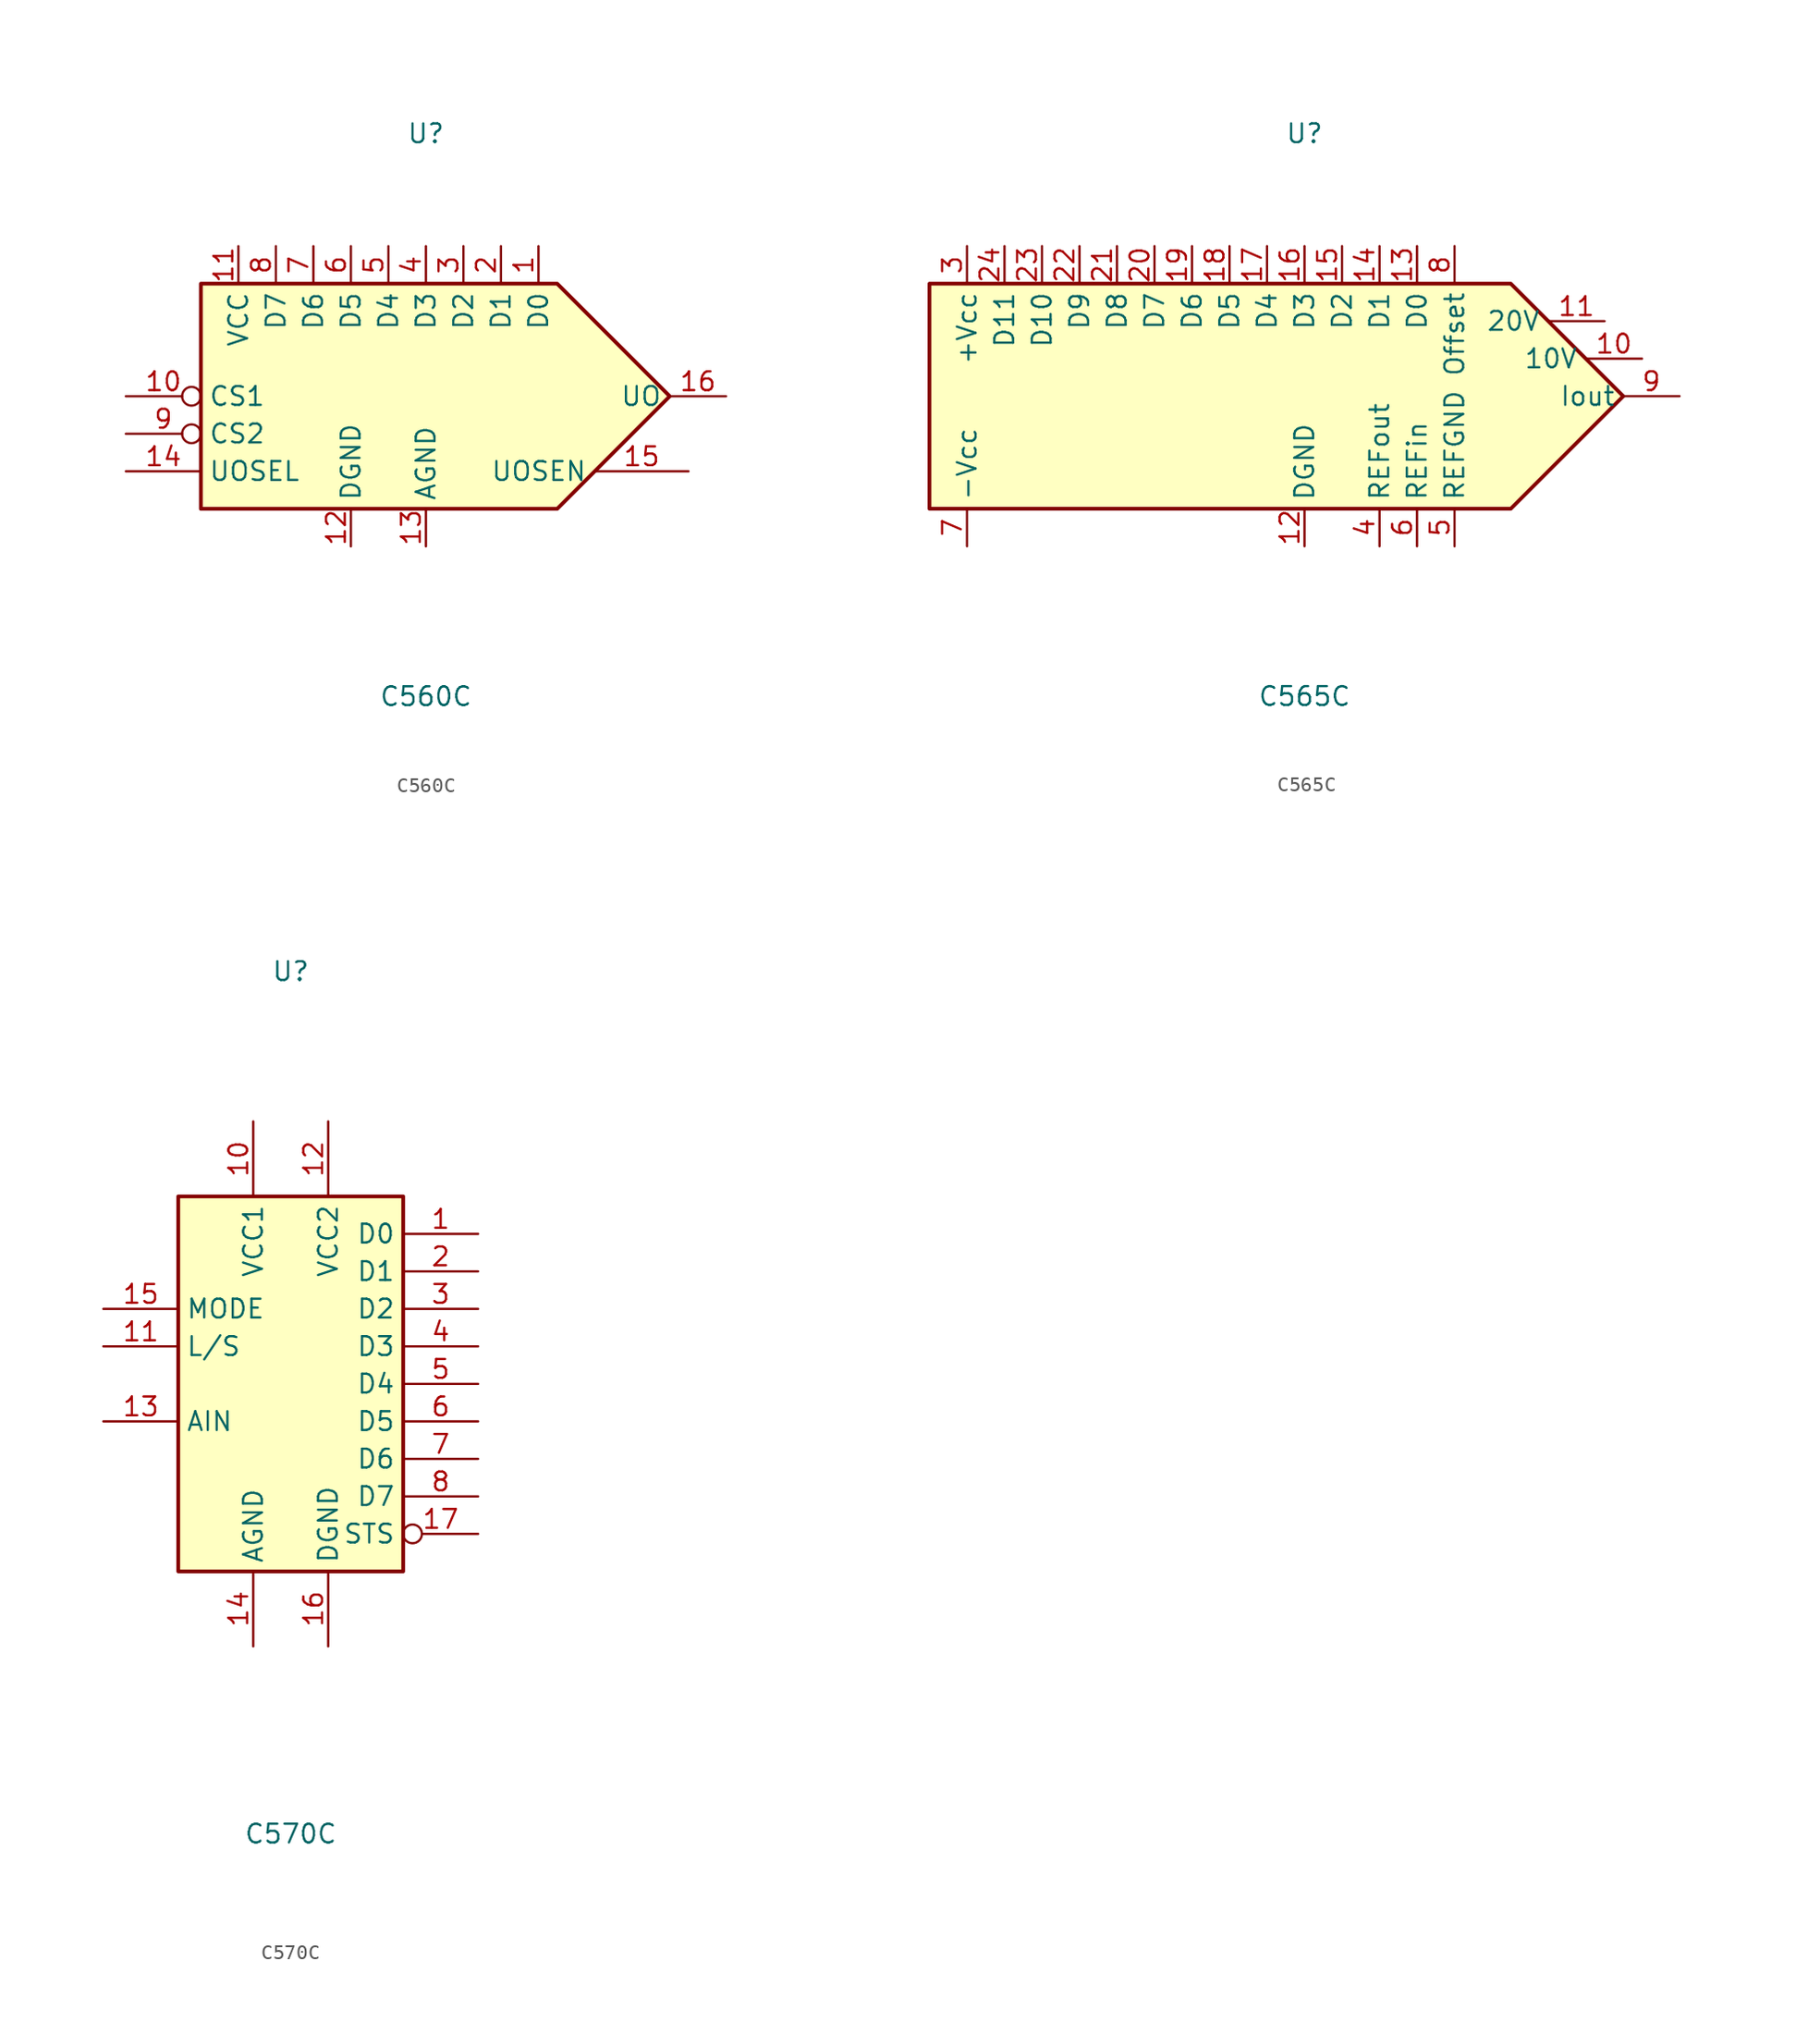
<source format=kicad_sym>
(kicad_symbol_lib
  (version 20211014)
  (generator kicad_symbol_editor)
  (symbol "C560C"
    (property "Reference" "U"
      (at 0 17.78 0)
      (effects (font (size 1.27 1.27))))
    (property "Value" "C560C"
      (at 0 -20.32 0)
      (effects (font (size 1.27 1.27))))
    (symbol "C560C_1_1"
      (polyline (pts (xy -15.24 7.62) (xy 8.89 7.62) (xy 16.51 0) (xy 8.89 -7.62) (xy -15.24 -7.62) (xy -15.24 7.62)) (stroke (width 0.254) (type default) (color 0 0 0 0)) (fill (type background)))
      (pin input line (at 7.62 10.16 270) (length 2.54) (name "D0" (effects (font (size 1.27 1.27)))) (number "1" (effects (font (size 1.27 1.27)))))
      (pin input inverted (at -20.32 0 0) (length 5.08) (name "CS1" (effects (font (size 1.27 1.27)))) (number "10" (effects (font (size 1.27 1.27)))))
      (pin power_in line (at -12.7 10.16 270) (length 2.54) (name "VCC" (effects (font (size 1.27 1.27)))) (number "11" (effects (font (size 1.27 1.27)))))
      (pin power_in line (at -5.08 -10.16 90) (length 2.54) (name "DGND" (effects (font (size 1.27 1.27)))) (number "12" (effects (font (size 1.27 1.27)))))
      (pin power_in line (at 0 -10.16 90) (length 2.54) (name "AGND" (effects (font (size 1.27 1.27)))) (number "13" (effects (font (size 1.27 1.27)))))
      (pin input line (at -20.32 -5.08 0) (length 5.08) (name "UOSEL" (effects (font (size 1.27 1.27)))) (number "14" (effects (font (size 1.27 1.27)))))
      (pin input line (at 17.78 -5.08 180) (length 6.35) (name "UOSEN" (effects (font (size 1.27 1.27)))) (number "15" (effects (font (size 1.27 1.27)))))
      (pin output line (at 20.32 0 180) (length 3.81) (name "UO" (effects (font (size 1.27 1.27)))) (number "16" (effects (font (size 1.27 1.27)))))
      (pin input line (at 5.08 10.16 270) (length 2.54) (name "D1" (effects (font (size 1.27 1.27)))) (number "2" (effects (font (size 1.27 1.27)))))
      (pin input line (at 2.54 10.16 270) (length 2.54) (name "D2" (effects (font (size 1.27 1.27)))) (number "3" (effects (font (size 1.27 1.27)))))
      (pin input line (at 0 10.16 270) (length 2.54) (name "D3" (effects (font (size 1.27 1.27)))) (number "4" (effects (font (size 1.27 1.27)))))
      (pin input line (at -2.54 10.16 270) (length 2.54) (name "D4" (effects (font (size 1.27 1.27)))) (number "5" (effects (font (size 1.27 1.27)))))
      (pin input line (at -5.08 10.16 270) (length 2.54) (name "D5" (effects (font (size 1.27 1.27)))) (number "6" (effects (font (size 1.27 1.27)))))
      (pin input line (at -7.62 10.16 270) (length 2.54) (name "D6" (effects (font (size 1.27 1.27)))) (number "7" (effects (font (size 1.27 1.27)))))
      (pin input line (at -10.16 10.16 270) (length 2.54) (name "D7" (effects (font (size 1.27 1.27)))) (number "8" (effects (font (size 1.27 1.27)))))
      (pin input inverted (at -20.32 -2.54 0) (length 5.08) (name "CS2" (effects (font (size 1.27 1.27)))) (number "9" (effects (font (size 1.27 1.27)))))))
  (symbol "C565C"
    (property "Reference" "U"
      (at 0 17.78 0)
      (effects (font (size 1.27 1.27))))
    (property "Value" "C565C"
      (at 0 -20.32 0)
      (effects (font (size 1.27 1.27))))
    (symbol "C565C_1_1"
      (polyline (pts (xy -25.4 7.62) (xy 13.97 7.62) (xy 21.59 0) (xy 13.97 -7.62) (xy -25.4 -7.62) (xy -25.4 7.62)) (stroke (width 0.254) (type default) (color 0 0 0 0)) (fill (type background)))
      (pin no_connect line (at -25.4 0 0) (length 2.54) hide (name "~" (effects (font (size 1.27 1.27)))) (number "1" (effects (font (size 1.27 1.27)))))
      (pin output line (at 22.86 2.54 180) (length 3.81) (name "10V" (effects (font (size 1.27 1.27)))) (number "10" (effects (font (size 1.27 1.27)))))
      (pin output line (at 20.32 5.08 180) (length 3.81) (name "20V" (effects (font (size 1.27 1.27)))) (number "11" (effects (font (size 1.27 1.27)))))
      (pin power_in line (at 0 -10.16 90) (length 2.54) (name "DGND" (effects (font (size 1.27 1.27)))) (number "12" (effects (font (size 1.27 1.27)))))
      (pin input line (at 7.62 10.16 270) (length 2.54) (name "D0" (effects (font (size 1.27 1.27)))) (number "13" (effects (font (size 1.27 1.27)))))
      (pin input line (at 5.08 10.16 270) (length 2.54) (name "D1" (effects (font (size 1.27 1.27)))) (number "14" (effects (font (size 1.27 1.27)))))
      (pin input line (at 2.54 10.16 270) (length 2.54) (name "D2" (effects (font (size 1.27 1.27)))) (number "15" (effects (font (size 1.27 1.27)))))
      (pin input line (at 0 10.16 270) (length 2.54) (name "D3" (effects (font (size 1.27 1.27)))) (number "16" (effects (font (size 1.27 1.27)))))
      (pin input line (at -2.54 10.16 270) (length 2.54) (name "D4" (effects (font (size 1.27 1.27)))) (number "17" (effects (font (size 1.27 1.27)))))
      (pin input line (at -5.08 10.16 270) (length 2.54) (name "D5" (effects (font (size 1.27 1.27)))) (number "18" (effects (font (size 1.27 1.27)))))
      (pin input line (at -7.62 10.16 270) (length 2.54) (name "D6" (effects (font (size 1.27 1.27)))) (number "19" (effects (font (size 1.27 1.27)))))
      (pin no_connect line (at -25.4 -2.54 0) (length 2.54) hide (name "~" (effects (font (size 1.27 1.27)))) (number "2" (effects (font (size 1.27 1.27)))))
      (pin input line (at -10.16 10.16 270) (length 2.54) (name "D7" (effects (font (size 1.27 1.27)))) (number "20" (effects (font (size 1.27 1.27)))))
      (pin input line (at -12.7 10.16 270) (length 2.54) (name "D8" (effects (font (size 1.27 1.27)))) (number "21" (effects (font (size 1.27 1.27)))))
      (pin input line (at -15.24 10.16 270) (length 2.54) (name "D9" (effects (font (size 1.27 1.27)))) (number "22" (effects (font (size 1.27 1.27)))))
      (pin input line (at -17.78 10.16 270) (length 2.54) (name "D10" (effects (font (size 1.27 1.27)))) (number "23" (effects (font (size 1.27 1.27)))))
      (pin input line (at -20.32 10.16 270) (length 2.54) (name "D11" (effects (font (size 1.27 1.27)))) (number "24" (effects (font (size 1.27 1.27)))))
      (pin power_in line (at -22.86 10.16 270) (length 2.54) (name "+Vcc" (effects (font (size 1.27 1.27)))) (number "3" (effects (font (size 1.27 1.27)))))
      (pin power_out line (at 5.08 -10.16 90) (length 2.54) (name "REFout" (effects (font (size 1.27 1.27)))) (number "4" (effects (font (size 1.27 1.27)))))
      (pin power_in line (at 10.16 -10.16 90) (length 2.54) (name "REFGND" (effects (font (size 1.27 1.27)))) (number "5" (effects (font (size 1.27 1.27)))))
      (pin input line (at 7.62 -10.16 90) (length 2.54) (name "REFin" (effects (font (size 1.27 1.27)))) (number "6" (effects (font (size 1.27 1.27)))))
      (pin input line (at -22.86 -10.16 90) (length 2.54) (name "-Vcc" (effects (font (size 1.27 1.27)))) (number "7" (effects (font (size 1.27 1.27)))))
      (pin input line (at 10.16 10.16 270) (length 2.54) (name "Offset" (effects (font (size 1.27 1.27)))) (number "8" (effects (font (size 1.27 1.27)))))
      (pin output line (at 25.4 0 180) (length 3.81) (name "Iout" (effects (font (size 1.27 1.27)))) (number "9" (effects (font (size 1.27 1.27)))))))
  (symbol "C570C"
    (property "Reference" "U"
      (at 0 27.94 0)
      (effects (font (size 1.27 1.27))))
    (property "Value" "C570C"
      (at 0 -30.48 0)
      (effects (font (size 1.27 1.27))))
    (symbol "C570C_1_1"
      (rectangle (start -7.62 12.7) (end 7.62 -12.7) (stroke (width 0.254) (type default) (color 0 0 0 0)) (fill (type background)))
      (pin output line (at 12.7 10.16 180) (length 5.08) (name "D0" (effects (font (size 1.27 1.27)))) (number "1" (effects (font (size 1.27 1.27)))))
      (pin power_in line (at -2.54 17.78 270) (length 5.08) (name "VCC1" (effects (font (size 1.27 1.27)))) (number "10" (effects (font (size 1.27 1.27)))))
      (pin input line (at -12.7 2.54 0) (length 5.08) (name "L/S" (effects (font (size 1.27 1.27)))) (number "11" (effects (font (size 1.27 1.27)))))
      (pin power_in line (at 2.54 17.78 270) (length 5.08) (name "VCC2" (effects (font (size 1.27 1.27)))) (number "12" (effects (font (size 1.27 1.27)))))
      (pin input line (at -12.7 -2.54 0) (length 5.08) (name "AIN" (effects (font (size 1.27 1.27)))) (number "13" (effects (font (size 1.27 1.27)))))
      (pin power_in line (at -2.54 -17.78 90) (length 5.08) (name "AGND" (effects (font (size 1.27 1.27)))) (number "14" (effects (font (size 1.27 1.27)))))
      (pin input line (at -12.7 5.08 0) (length 5.08) (name "MODE" (effects (font (size 1.27 1.27)))) (number "15" (effects (font (size 1.27 1.27)))))
      (pin power_in line (at 2.54 -17.78 90) (length 5.08) (name "DGND" (effects (font (size 1.27 1.27)))) (number "16" (effects (font (size 1.27 1.27)))))
      (pin output inverted (at 12.7 -10.16 180) (length 5.08) (name "STS" (effects (font (size 1.27 1.27)))) (number "17" (effects (font (size 1.27 1.27)))))
      (pin no_connect line (at -7.62 -10.16 0) (length 2.54) hide (name "~" (effects (font (size 1.27 1.27)))) (number "18" (effects (font (size 1.27 1.27)))))
      (pin output line (at 12.7 7.62 180) (length 5.08) (name "D1" (effects (font (size 1.27 1.27)))) (number "2" (effects (font (size 1.27 1.27)))))
      (pin output line (at 12.7 5.08 180) (length 5.08) (name "D2" (effects (font (size 1.27 1.27)))) (number "3" (effects (font (size 1.27 1.27)))))
      (pin output line (at 12.7 2.54 180) (length 5.08) (name "D3" (effects (font (size 1.27 1.27)))) (number "4" (effects (font (size 1.27 1.27)))))
      (pin output line (at 12.7 0 180) (length 5.08) (name "D4" (effects (font (size 1.27 1.27)))) (number "5" (effects (font (size 1.27 1.27)))))
      (pin output line (at 12.7 -2.54 180) (length 5.08) (name "D5" (effects (font (size 1.27 1.27)))) (number "6" (effects (font (size 1.27 1.27)))))
      (pin output line (at 12.7 -5.08 180) (length 5.08) (name "D6" (effects (font (size 1.27 1.27)))) (number "7" (effects (font (size 1.27 1.27)))))
      (pin output line (at 12.7 -7.62 180) (length 5.08) (name "D7" (effects (font (size 1.27 1.27)))) (number "8" (effects (font (size 1.27 1.27)))))
      (pin no_connect line (at -7.62 -7.62 0) (length 2.54) hide (name "~" (effects (font (size 1.27 1.27)))) (number "9" (effects (font (size 1.27 1.27))))))))
</source>
